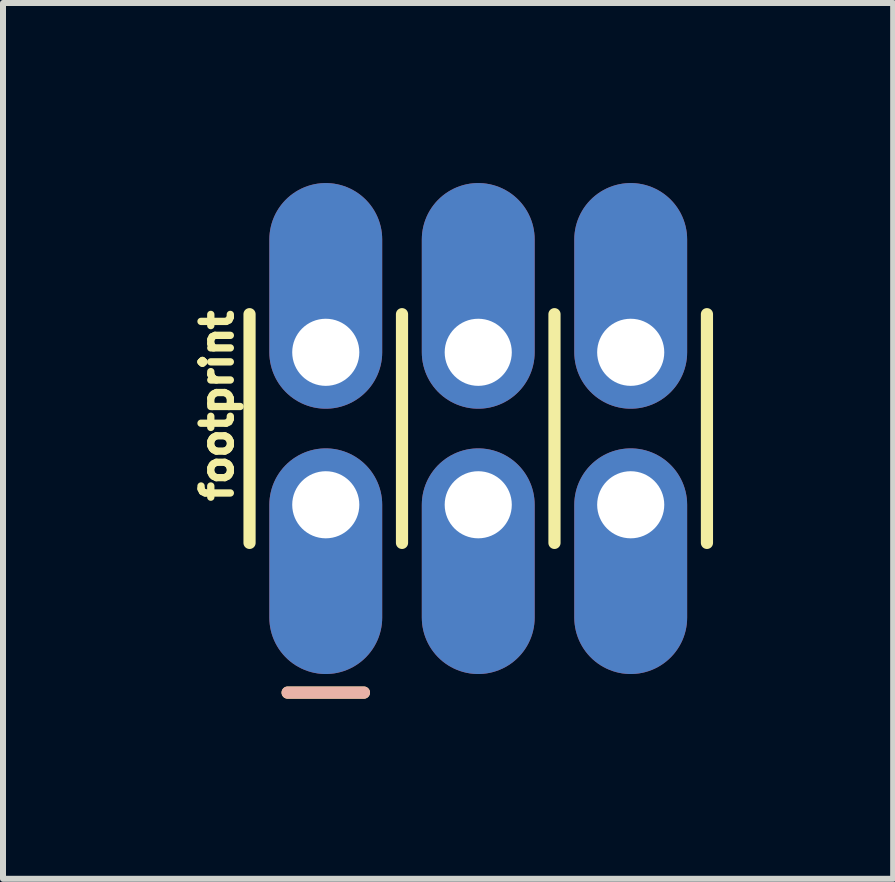
<source format=kicad_pcb>
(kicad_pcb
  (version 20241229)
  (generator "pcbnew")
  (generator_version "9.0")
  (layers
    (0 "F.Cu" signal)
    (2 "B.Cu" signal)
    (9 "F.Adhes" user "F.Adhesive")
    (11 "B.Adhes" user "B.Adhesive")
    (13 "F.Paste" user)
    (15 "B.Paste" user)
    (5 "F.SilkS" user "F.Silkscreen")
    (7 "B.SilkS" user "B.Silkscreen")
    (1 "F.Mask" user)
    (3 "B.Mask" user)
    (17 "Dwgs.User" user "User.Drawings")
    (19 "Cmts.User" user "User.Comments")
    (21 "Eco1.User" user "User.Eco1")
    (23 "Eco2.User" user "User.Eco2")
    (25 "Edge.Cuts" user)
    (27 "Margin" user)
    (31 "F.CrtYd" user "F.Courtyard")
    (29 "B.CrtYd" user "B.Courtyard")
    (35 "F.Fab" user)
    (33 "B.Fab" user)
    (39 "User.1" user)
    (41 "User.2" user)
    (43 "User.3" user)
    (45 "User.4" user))
  (footprint "footprint"
    (layer "F.Cu")
    (at 4.917 4.089)
    (property "Reference" "footprint" (at -4.064 1.27 90) (layer "F.SilkS") (effects (font (size 0.488 0.488) (thickness 0.122)) (justify left bottom)))
    (fp_line (start -3.81 1.905) (end -3.81 -1.905) (stroke (width 0.203) (type solid)) (layer "F.SilkS"))
    (fp_line (start -1.905 4.399) (end -3.175 4.399) (stroke (width 0.203) (type solid)) (layer "F.SilkS"))
    (fp_line (start -1.27 -1.905) (end -1.27 1.905) (stroke (width 0.203) (type solid)) (layer "F.SilkS"))
    (fp_line (start 1.27 -1.905) (end 1.27 1.905) (stroke (width 0.203) (type solid)) (layer "F.SilkS"))
    (fp_line (start 3.81 -1.905) (end 3.81 1.905) (stroke (width 0.203) (type solid)) (layer "F.SilkS"))
    (fp_line (start -3.175 4.399) (end -1.905 4.399) (stroke (width 0.203) (type solid)) (layer "B.SilkS"))
    (fp_poly (pts (xy -2.794 -1.016) (xy -2.286 -1.016) (xy -2.286 -1.524) (xy -2.794 -1.524)) (stroke (width 0.1) (type solid)) (fill no) (layer "F.Fab"))
    (fp_poly (pts (xy -2.794 1.524) (xy -2.286 1.524) (xy -2.286 1.016) (xy -2.794 1.016)) (stroke (width 0.1) (type solid)) (fill no) (layer "F.Fab"))
    (fp_poly (pts (xy -0.254 -1.016) (xy 0.254 -1.016) (xy 0.254 -1.524) (xy -0.254 -1.524)) (stroke (width 0.1) (type solid)) (fill no) (layer "F.Fab"))
    (fp_poly (pts (xy -0.254 1.524) (xy 0.254 1.524) (xy 0.254 1.016) (xy -0.254 1.016)) (stroke (width 0.1) (type solid)) (fill no) (layer "F.Fab"))
    (fp_poly (pts (xy 2.286 -1.016) (xy 2.794 -1.016) (xy 2.794 -1.524) (xy 2.286 -1.524)) (stroke (width 0.1) (type solid)) (fill no) (layer "F.Fab"))
    (fp_poly (pts (xy 2.286 1.524) (xy 2.794 1.524) (xy 2.794 1.016) (xy 2.286 1.016)) (stroke (width 0.1) (type solid)) (fill no) (layer "F.Fab"))
    (pad "1" thru_hole oval (at -2.54 1.27 270) (size 3.759 1.88) (drill 1.118 (offset 0.94 0)) (layers "*.Cu" "*.Mask"))
    (pad "2" thru_hole oval (at -2.54 -1.27 90) (size 3.759 1.88) (drill 1.118 (offset 0.94 0)) (layers "*.Cu" "*.Mask"))
    (pad "3" thru_hole oval (at 0 1.27 270) (size 3.759 1.88) (drill 1.118 (offset 0.94 0)) (layers "*.Cu" "*.Mask"))
    (pad "4" thru_hole oval (at 0 -1.27 90) (size 3.759 1.88) (drill 1.118 (offset 0.94 0)) (layers "*.Cu" "*.Mask"))
    (pad "5" thru_hole oval (at 2.54 1.27 270) (size 3.759 1.88) (drill 1.118 (offset 0.94 0)) (layers "*.Cu" "*.Mask"))
    (pad "6" thru_hole oval (at 2.54 -1.27 90) (size 3.759 1.88) (drill 1.118 (offset 0.94 0)) (layers "*.Cu" "*.Mask")))
  (gr_rect
    (start -3 -3)
    (end 11.829 11.59)
    (stroke (width 0.1) (type default))
    (fill no)
    (layer "Edge.Cuts")))
</source>
